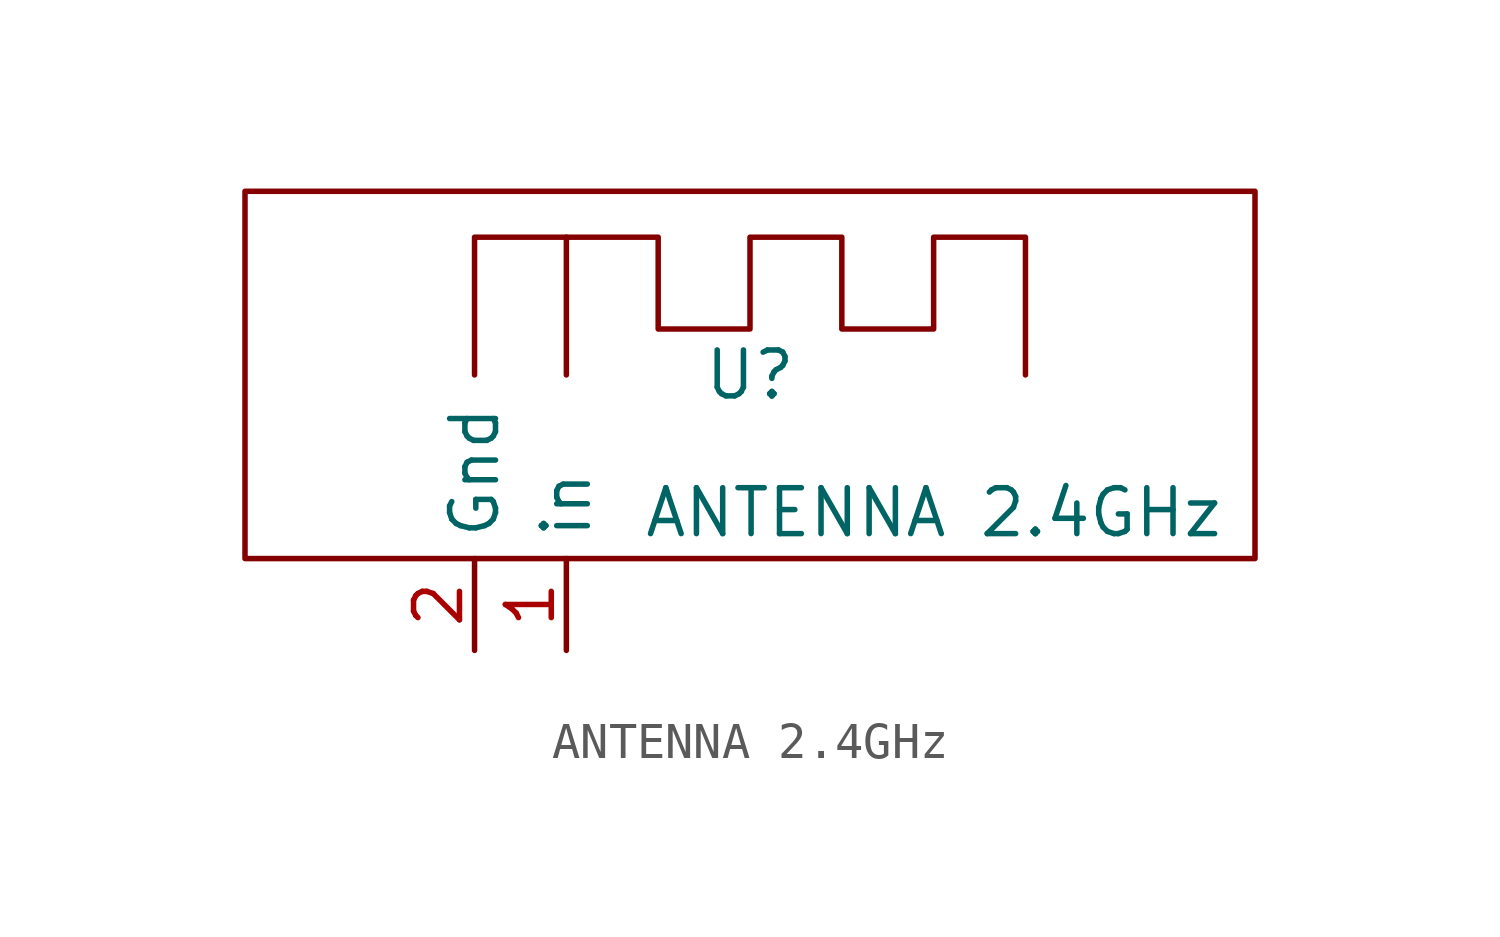
<source format=kicad_sym>
(kicad_symbol_lib
  (version 20220914)
  (generator kicad_symbol_editor)
  (symbol "ANTENNA 2.4GHz"
    (property "Reference" "U"
      (at 0 0 0)
      (effects (font (size 1.27 1.27))))
    (property "Value" "ANTENNA 2.4GHz"
      (at 5.08 -3.81 0)
      (effects (font (size 1.27 1.27))))
    (symbol "ANTENNA 2.4GHz_0_1"
      (polyline (pts (xy -7.62 0) (xy -7.62 3.81) (xy -5.08 3.81) (xy -5.08 0)) (stroke (width 0) (type default)) (fill (type none)))
      (polyline (pts (xy -13.97 5.08) (xy -13.97 -5.08) (xy 13.97 -5.08) (xy 13.97 5.08) (xy -13.97 5.08)) (stroke (width 0) (type default)) (fill (type none)))
      (polyline (pts (xy -5.08 3.81) (xy -2.54 3.81) (xy -2.54 1.27) (xy 0 1.27) (xy 0 3.81) (xy 2.54 3.81) (xy 2.54 1.27) (xy 5.08 1.27) (xy 5.08 3.81) (xy 7.62 3.81) (xy 7.62 0)) (stroke (width 0) (type default)) (fill (type none))))
    (symbol "ANTENNA 2.4GHz_1_1"
      (pin input line (at -5.08 -7.62 90) (length 2.54) (name "in" (effects (font (size 1.27 1.27)))) (number "1" (effects (font (size 1.27 1.27)))))
      (pin input line (at -7.62 -7.62 90) (length 2.54) (name "Gnd" (effects (font (size 1.27 1.27)))) (number "2" (effects (font (size 1.27 1.27))))))))
</source>
